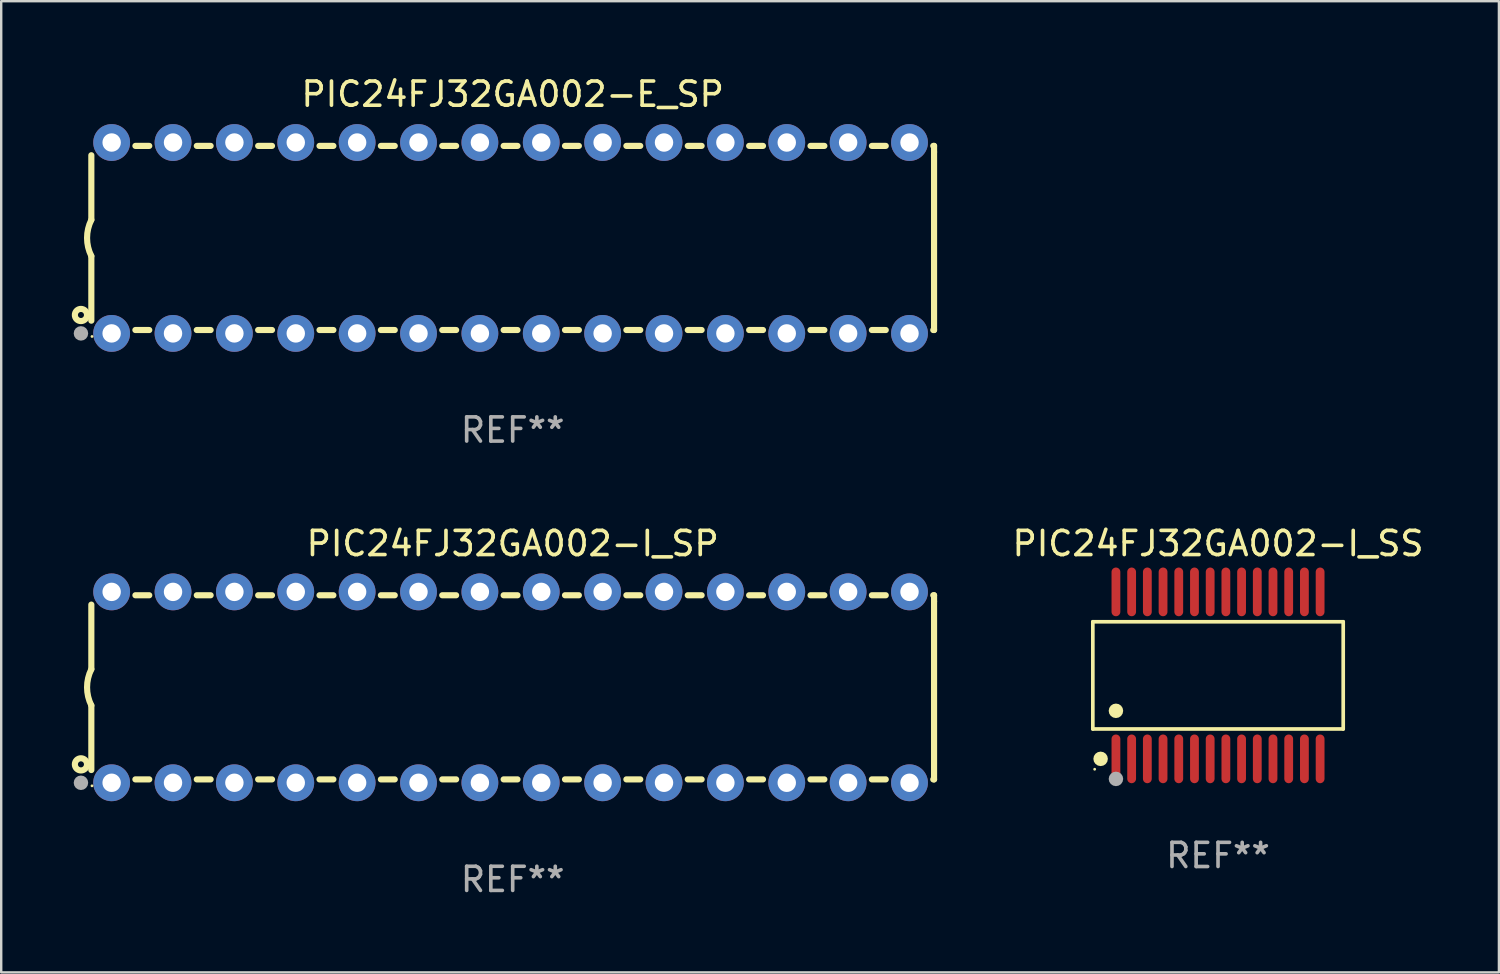
<source format=kicad_pcb>
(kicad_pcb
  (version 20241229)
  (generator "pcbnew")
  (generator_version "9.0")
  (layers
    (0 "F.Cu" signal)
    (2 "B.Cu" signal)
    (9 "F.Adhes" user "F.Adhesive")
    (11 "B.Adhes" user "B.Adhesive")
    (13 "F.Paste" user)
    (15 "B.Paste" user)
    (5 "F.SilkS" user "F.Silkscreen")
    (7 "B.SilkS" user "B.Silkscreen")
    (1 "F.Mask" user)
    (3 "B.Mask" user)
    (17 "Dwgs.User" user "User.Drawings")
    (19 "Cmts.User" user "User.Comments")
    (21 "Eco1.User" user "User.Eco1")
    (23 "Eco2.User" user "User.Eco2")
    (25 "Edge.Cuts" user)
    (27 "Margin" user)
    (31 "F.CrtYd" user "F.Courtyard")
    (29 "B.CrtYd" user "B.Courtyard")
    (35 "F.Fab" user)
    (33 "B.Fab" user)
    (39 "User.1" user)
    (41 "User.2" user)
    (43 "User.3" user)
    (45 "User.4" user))
  (footprint "PIC24FJ32GA002-I_SS"
    (layer "F.Cu")
    (at 47.358 24.9)
    (property "Reference" "PIC24FJ32GA002-I_SS" (at 0 -5.455 0) (layer "F.SilkS") (effects (font (size 1 1) (thickness 0.15))))
    (attr through_hole)
    (fp_line (start -5.181 -2.219) (end 5.181 -2.219) (stroke (width 0.152) (type solid)) (layer "F.SilkS"))
    (fp_line (start -5.181 2.219) (end -5.181 -2.219) (stroke (width 0.152) (type solid)) (layer "F.SilkS"))
    (fp_line (start 5.181 -2.219) (end 5.181 2.219) (stroke (width 0.152) (type solid)) (layer "F.SilkS"))
    (fp_line (start 5.181 2.219) (end -5.181 2.219) (stroke (width 0.152) (type solid)) (layer "F.SilkS"))
    (fp_circle (center -5.105 3.885) (end -5.075 3.885) (stroke (width 0.06) (type solid)) (fill no) (layer "F.SilkS"))
    (fp_circle (center -4.859 3.455) (end -4.709 3.455) (stroke (width 0.3) (type solid)) (fill no) (layer "F.SilkS"))
    (fp_circle (center -4.225 1.467) (end -4.075 1.467) (stroke (width 0.3) (type solid)) (fill no) (layer "F.SilkS"))
    (fp_circle (center -4.225 4.285) (end -4.075 4.285) (stroke (width 0.3) (type solid)) (fill no) (layer "F.Fab"))
    (fp_text user "REF**" (at 0 7.455 0) (layer "F.Fab") (effects (font (size 1 1) (thickness 0.15))))
    (pad "1" smd oval (at -4.225 3.455) (size 0.364 2.015) (layers "F.Cu" "F.Mask" "F.Paste"))
    (pad "2" smd oval (at -3.575 3.455) (size 0.364 2.015) (layers "F.Cu" "F.Mask" "F.Paste"))
    (pad "3" smd oval (at -2.925 3.455) (size 0.364 2.015) (layers "F.Cu" "F.Mask" "F.Paste"))
    (pad "4" smd oval (at -2.275 3.455) (size 0.364 2.015) (layers "F.Cu" "F.Mask" "F.Paste"))
    (pad "5" smd oval (at -1.625 3.455) (size 0.364 2.015) (layers "F.Cu" "F.Mask" "F.Paste"))
    (pad "6" smd oval (at -0.975 3.455) (size 0.364 2.015) (layers "F.Cu" "F.Mask" "F.Paste"))
    (pad "7" smd oval (at -0.325 3.455) (size 0.364 2.015) (layers "F.Cu" "F.Mask" "F.Paste"))
    (pad "8" smd oval (at 0.325 3.455) (size 0.364 2.015) (layers "F.Cu" "F.Mask" "F.Paste"))
    (pad "9" smd oval (at 0.975 3.455) (size 0.364 2.015) (layers "F.Cu" "F.Mask" "F.Paste"))
    (pad "10" smd oval (at 1.625 3.455) (size 0.364 2.015) (layers "F.Cu" "F.Mask" "F.Paste"))
    (pad "11" smd oval (at 2.275 3.455) (size 0.364 2.015) (layers "F.Cu" "F.Mask" "F.Paste"))
    (pad "12" smd oval (at 2.925 3.455) (size 0.364 2.015) (layers "F.Cu" "F.Mask" "F.Paste"))
    (pad "13" smd oval (at 3.575 3.455) (size 0.364 2.015) (layers "F.Cu" "F.Mask" "F.Paste"))
    (pad "14" smd oval (at 4.225 3.455) (size 0.364 2.015) (layers "F.Cu" "F.Mask" "F.Paste"))
    (pad "15" smd oval (at 4.225 -3.455) (size 0.364 2.015) (layers "F.Cu" "F.Mask" "F.Paste"))
    (pad "16" smd oval (at 3.575 -3.455) (size 0.364 2.015) (layers "F.Cu" "F.Mask" "F.Paste"))
    (pad "17" smd oval (at 2.925 -3.455) (size 0.364 2.015) (layers "F.Cu" "F.Mask" "F.Paste"))
    (pad "18" smd oval (at 2.275 -3.455) (size 0.364 2.015) (layers "F.Cu" "F.Mask" "F.Paste"))
    (pad "19" smd oval (at 1.625 -3.455) (size 0.364 2.015) (layers "F.Cu" "F.Mask" "F.Paste"))
    (pad "20" smd oval (at 0.975 -3.455) (size 0.364 2.015) (layers "F.Cu" "F.Mask" "F.Paste"))
    (pad "21" smd oval (at 0.325 -3.455) (size 0.364 2.015) (layers "F.Cu" "F.Mask" "F.Paste"))
    (pad "22" smd oval (at -0.325 -3.455) (size 0.364 2.015) (layers "F.Cu" "F.Mask" "F.Paste"))
    (pad "23" smd oval (at -0.975 -3.455) (size 0.364 2.015) (layers "F.Cu" "F.Mask" "F.Paste"))
    (pad "24" smd oval (at -1.625 -3.455) (size 0.364 2.015) (layers "F.Cu" "F.Mask" "F.Paste"))
    (pad "25" smd oval (at -2.275 -3.455) (size 0.364 2.015) (layers "F.Cu" "F.Mask" "F.Paste"))
    (pad "26" smd oval (at -2.925 -3.455) (size 0.364 2.015) (layers "F.Cu" "F.Mask" "F.Paste"))
    (pad "27" smd oval (at -3.575 -3.455) (size 0.364 2.015) (layers "F.Cu" "F.Mask" "F.Paste"))
    (pad "28" smd oval (at -4.225 -3.455) (size 0.364 2.015) (layers "F.Cu" "F.Mask" "F.Paste")))
  (footprint "PIC24FJ32GA002-E_SP"
    (layer "F.Cu")
    (at 18.168 6.798)
    (property "Reference" "PIC24FJ32GA002-E_SP" (at 0 -5.95 0) (layer "F.SilkS") (effects (font (size 1 1) (thickness 0.15))))
    (attr through_hole)
    (fp_line (start -17.438 0.75) (end -17.438 3.423) (stroke (width 0.254) (type solid)) (layer "F.SilkS"))
    (fp_line (start -17.438 -3.423) (end -17.438 -0.75) (stroke (width 0.254) (type solid)) (layer "F.SilkS"))
    (fp_line (start -15.615 3.81) (end -15.041 3.81) (stroke (width 0.254) (type solid)) (layer "F.SilkS"))
    (fp_line (start -15.041 -3.81) (end -15.614 -3.81) (stroke (width 0.254) (type solid)) (layer "F.SilkS"))
    (fp_line (start -13.075 3.81) (end -12.501 3.81) (stroke (width 0.254) (type solid)) (layer "F.SilkS"))
    (fp_line (start -12.501 -3.81) (end -13.074 -3.81) (stroke (width 0.254) (type solid)) (layer "F.SilkS"))
    (fp_line (start -10.535 3.81) (end -9.961 3.81) (stroke (width 0.254) (type solid)) (layer "F.SilkS"))
    (fp_line (start -9.961 -3.81) (end -10.534 -3.81) (stroke (width 0.254) (type solid)) (layer "F.SilkS"))
    (fp_line (start -7.995 3.81) (end -7.421 3.81) (stroke (width 0.254) (type solid)) (layer "F.SilkS"))
    (fp_line (start -7.421 -3.81) (end -7.995 -3.81) (stroke (width 0.254) (type solid)) (layer "F.SilkS"))
    (fp_line (start -5.455 3.81) (end -4.881 3.81) (stroke (width 0.254) (type solid)) (layer "F.SilkS"))
    (fp_line (start -4.881 -3.81) (end -5.455 -3.81) (stroke (width 0.254) (type solid)) (layer "F.SilkS"))
    (fp_line (start -2.915 3.81) (end -2.341 3.81) (stroke (width 0.254) (type solid)) (layer "F.SilkS"))
    (fp_line (start -2.341 -3.81) (end -2.915 -3.81) (stroke (width 0.254) (type solid)) (layer "F.SilkS"))
    (fp_line (start -0.375 3.81) (end 0.199 3.81) (stroke (width 0.254) (type solid)) (layer "F.SilkS"))
    (fp_line (start 0.199 -3.81) (end -0.375 -3.81) (stroke (width 0.254) (type solid)) (layer "F.SilkS"))
    (fp_line (start 2.165 3.81) (end 2.739 3.81) (stroke (width 0.254) (type solid)) (layer "F.SilkS"))
    (fp_line (start 2.739 -3.81) (end 2.165 -3.81) (stroke (width 0.254) (type solid)) (layer "F.SilkS"))
    (fp_line (start 4.705 3.81) (end 5.279 3.81) (stroke (width 0.254) (type solid)) (layer "F.SilkS"))
    (fp_line (start 5.279 -3.81) (end 4.705 -3.81) (stroke (width 0.254) (type solid)) (layer "F.SilkS"))
    (fp_line (start 7.245 3.81) (end 7.819 3.81) (stroke (width 0.254) (type solid)) (layer "F.SilkS"))
    (fp_line (start 7.819 -3.81) (end 7.245 -3.81) (stroke (width 0.254) (type solid)) (layer "F.SilkS"))
    (fp_line (start 9.785 3.81) (end 10.359 3.81) (stroke (width 0.254) (type solid)) (layer "F.SilkS"))
    (fp_line (start 10.359 -3.81) (end 9.785 -3.81) (stroke (width 0.254) (type solid)) (layer "F.SilkS"))
    (fp_line (start 12.325 3.81) (end 12.899 3.81) (stroke (width 0.254) (type solid)) (layer "F.SilkS"))
    (fp_line (start 12.899 -3.81) (end 12.325 -3.81) (stroke (width 0.254) (type solid)) (layer "F.SilkS"))
    (fp_line (start 14.865 3.81) (end 15.439 3.81) (stroke (width 0.254) (type solid)) (layer "F.SilkS"))
    (fp_line (start 15.439 -3.81) (end 14.865 -3.81) (stroke (width 0.254) (type solid)) (layer "F.SilkS"))
    (fp_line (start 17.405 3.81) (end 17.438 3.81) (stroke (width 0.254) (type solid)) (layer "F.SilkS"))
    (fp_line (start 17.438 -3.81) (end 17.405 -3.81) (stroke (width 0.254) (type solid)) (layer "F.SilkS"))
    (fp_line (start 17.438 -3.556) (end 17.438 -3.81) (stroke (width 0.254) (type solid)) (layer "F.SilkS"))
    (fp_line (start 17.438 3.81) (end 17.438 -3.556) (stroke (width 0.254) (type solid)) (layer "F.SilkS"))
    (fp_arc (start -17.437986 0.749657) (mid -17.614887 -0.000024) (end -17.437783 -0.749657) (stroke (width 0.254001) (type solid)) (layer "F.SilkS"))
    (fp_circle (center -17.868 3.188) (end -17.743 3.188) (stroke (width 0.254) (type solid)) (fill no) (layer "F.SilkS"))
    (fp_circle (center -17.411 4.077) (end -17.381 4.077) (stroke (width 0.06) (type solid)) (fill no) (layer "F.SilkS"))
    (fp_circle (center -17.868 3.95) (end -17.718 3.95) (stroke (width 0.3) (type solid)) (fill no) (layer "F.Fab"))
    (fp_text user "REF**" (at 0 7.95 0) (layer "F.Fab") (effects (font (size 1 1) (thickness 0.15))))
    (pad "1" thru_hole circle (at -16.598 3.95) (size 1.524 1.524) (drill 0.762) (layers "*.Cu" "*.Mask"))
    (pad "2" thru_hole circle (at -14.058 3.95) (size 1.524 1.524) (drill 0.762) (layers "*.Cu" "*.Mask"))
    (pad "3" thru_hole circle (at -11.518 3.95) (size 1.524 1.524) (drill 0.762) (layers "*.Cu" "*.Mask"))
    (pad "4" thru_hole circle (at -8.978 3.95) (size 1.524 1.524) (drill 0.762) (layers "*.Cu" "*.Mask"))
    (pad "5" thru_hole circle (at -6.438 3.95) (size 1.524 1.524) (drill 0.762) (layers "*.Cu" "*.Mask"))
    (pad "6" thru_hole circle (at -3.898 3.95) (size 1.524 1.524) (drill 0.762) (layers "*.Cu" "*.Mask"))
    (pad "7" thru_hole circle (at -1.358 3.95) (size 1.524 1.524) (drill 0.762) (layers "*.Cu" "*.Mask"))
    (pad "8" thru_hole circle (at 1.182 3.95) (size 1.524 1.524) (drill 0.762) (layers "*.Cu" "*.Mask"))
    (pad "9" thru_hole circle (at 3.722 3.95) (size 1.524 1.524) (drill 0.762) (layers "*.Cu" "*.Mask"))
    (pad "10" thru_hole circle (at 6.262 3.95) (size 1.524 1.524) (drill 0.762) (layers "*.Cu" "*.Mask"))
    (pad "11" thru_hole circle (at 8.802 3.95) (size 1.524 1.524) (drill 0.762) (layers "*.Cu" "*.Mask"))
    (pad "12" thru_hole circle (at 11.342 3.95) (size 1.524 1.524) (drill 0.762) (layers "*.Cu" "*.Mask"))
    (pad "13" thru_hole circle (at 13.882 3.95) (size 1.524 1.524) (drill 0.762) (layers "*.Cu" "*.Mask"))
    (pad "14" thru_hole circle (at 16.422 3.95) (size 1.524 1.524) (drill 0.762) (layers "*.Cu" "*.Mask"))
    (pad "15" thru_hole circle (at 16.422 -3.95) (size 1.524 1.524) (drill 0.762) (layers "*.Cu" "*.Mask"))
    (pad "16" thru_hole circle (at 13.882 -3.95) (size 1.524 1.524) (drill 0.762) (layers "*.Cu" "*.Mask"))
    (pad "17" thru_hole circle (at 11.342 -3.95) (size 1.524 1.524) (drill 0.762) (layers "*.Cu" "*.Mask"))
    (pad "18" thru_hole circle (at 8.802 -3.95) (size 1.524 1.524) (drill 0.762) (layers "*.Cu" "*.Mask"))
    (pad "19" thru_hole circle (at 6.262 -3.95) (size 1.524 1.524) (drill 0.762) (layers "*.Cu" "*.Mask"))
    (pad "20" thru_hole circle (at 3.722 -3.95) (size 1.524 1.524) (drill 0.762) (layers "*.Cu" "*.Mask"))
    (pad "21" thru_hole circle (at 1.182 -3.95) (size 1.524 1.524) (drill 0.762) (layers "*.Cu" "*.Mask"))
    (pad "22" thru_hole circle (at -1.358 -3.95) (size 1.524 1.524) (drill 0.762) (layers "*.Cu" "*.Mask"))
    (pad "23" thru_hole circle (at -3.898 -3.95) (size 1.524 1.524) (drill 0.762) (layers "*.Cu" "*.Mask"))
    (pad "24" thru_hole circle (at -6.438 -3.95) (size 1.524 1.524) (drill 0.762) (layers "*.Cu" "*.Mask"))
    (pad "25" thru_hole circle (at -8.978 -3.95) (size 1.524 1.524) (drill 0.762) (layers "*.Cu" "*.Mask"))
    (pad "26" thru_hole circle (at -11.517 -3.95) (size 1.524 1.524) (drill 0.762) (layers "*.Cu" "*.Mask"))
    (pad "27" thru_hole circle (at -14.057 -3.95) (size 1.524 1.524) (drill 0.762) (layers "*.Cu" "*.Mask"))
    (pad "28" thru_hole circle (at -16.597 -3.95) (size 1.524 1.524) (drill 0.762) (layers "*.Cu" "*.Mask")))
  (footprint "PIC24FJ32GA002-I_SP"
    (layer "F.Cu")
    (at 18.168 25.395)
    (property "Reference" "PIC24FJ32GA002-I_SP" (at 0 -5.95 0) (layer "F.SilkS") (effects (font (size 1 1) (thickness 0.15))))
    (attr through_hole)
    (fp_line (start -17.438 0.75) (end -17.438 3.423) (stroke (width 0.254) (type solid)) (layer "F.SilkS"))
    (fp_line (start -17.438 -3.423) (end -17.438 -0.75) (stroke (width 0.254) (type solid)) (layer "F.SilkS"))
    (fp_line (start -15.615 3.81) (end -15.041 3.81) (stroke (width 0.254) (type solid)) (layer "F.SilkS"))
    (fp_line (start -15.041 -3.81) (end -15.614 -3.81) (stroke (width 0.254) (type solid)) (layer "F.SilkS"))
    (fp_line (start -13.075 3.81) (end -12.501 3.81) (stroke (width 0.254) (type solid)) (layer "F.SilkS"))
    (fp_line (start -12.501 -3.81) (end -13.074 -3.81) (stroke (width 0.254) (type solid)) (layer "F.SilkS"))
    (fp_line (start -10.535 3.81) (end -9.961 3.81) (stroke (width 0.254) (type solid)) (layer "F.SilkS"))
    (fp_line (start -9.961 -3.81) (end -10.534 -3.81) (stroke (width 0.254) (type solid)) (layer "F.SilkS"))
    (fp_line (start -7.995 3.81) (end -7.421 3.81) (stroke (width 0.254) (type solid)) (layer "F.SilkS"))
    (fp_line (start -7.421 -3.81) (end -7.995 -3.81) (stroke (width 0.254) (type solid)) (layer "F.SilkS"))
    (fp_line (start -5.455 3.81) (end -4.881 3.81) (stroke (width 0.254) (type solid)) (layer "F.SilkS"))
    (fp_line (start -4.881 -3.81) (end -5.455 -3.81) (stroke (width 0.254) (type solid)) (layer "F.SilkS"))
    (fp_line (start -2.915 3.81) (end -2.341 3.81) (stroke (width 0.254) (type solid)) (layer "F.SilkS"))
    (fp_line (start -2.341 -3.81) (end -2.915 -3.81) (stroke (width 0.254) (type solid)) (layer "F.SilkS"))
    (fp_line (start -0.375 3.81) (end 0.199 3.81) (stroke (width 0.254) (type solid)) (layer "F.SilkS"))
    (fp_line (start 0.199 -3.81) (end -0.375 -3.81) (stroke (width 0.254) (type solid)) (layer "F.SilkS"))
    (fp_line (start 2.165 3.81) (end 2.739 3.81) (stroke (width 0.254) (type solid)) (layer "F.SilkS"))
    (fp_line (start 2.739 -3.81) (end 2.165 -3.81) (stroke (width 0.254) (type solid)) (layer "F.SilkS"))
    (fp_line (start 4.705 3.81) (end 5.279 3.81) (stroke (width 0.254) (type solid)) (layer "F.SilkS"))
    (fp_line (start 5.279 -3.81) (end 4.705 -3.81) (stroke (width 0.254) (type solid)) (layer "F.SilkS"))
    (fp_line (start 7.245 3.81) (end 7.819 3.81) (stroke (width 0.254) (type solid)) (layer "F.SilkS"))
    (fp_line (start 7.819 -3.81) (end 7.245 -3.81) (stroke (width 0.254) (type solid)) (layer "F.SilkS"))
    (fp_line (start 9.785 3.81) (end 10.359 3.81) (stroke (width 0.254) (type solid)) (layer "F.SilkS"))
    (fp_line (start 10.359 -3.81) (end 9.785 -3.81) (stroke (width 0.254) (type solid)) (layer "F.SilkS"))
    (fp_line (start 12.325 3.81) (end 12.899 3.81) (stroke (width 0.254) (type solid)) (layer "F.SilkS"))
    (fp_line (start 12.899 -3.81) (end 12.325 -3.81) (stroke (width 0.254) (type solid)) (layer "F.SilkS"))
    (fp_line (start 14.865 3.81) (end 15.439 3.81) (stroke (width 0.254) (type solid)) (layer "F.SilkS"))
    (fp_line (start 15.439 -3.81) (end 14.865 -3.81) (stroke (width 0.254) (type solid)) (layer "F.SilkS"))
    (fp_line (start 17.405 3.81) (end 17.438 3.81) (stroke (width 0.254) (type solid)) (layer "F.SilkS"))
    (fp_line (start 17.438 -3.81) (end 17.405 -3.81) (stroke (width 0.254) (type solid)) (layer "F.SilkS"))
    (fp_line (start 17.438 -3.556) (end 17.438 -3.81) (stroke (width 0.254) (type solid)) (layer "F.SilkS"))
    (fp_line (start 17.438 3.81) (end 17.438 -3.556) (stroke (width 0.254) (type solid)) (layer "F.SilkS"))
    (fp_arc (start -17.437986 0.749657) (mid -17.614887 -0.000024) (end -17.437783 -0.749657) (stroke (width 0.254001) (type solid)) (layer "F.SilkS"))
    (fp_circle (center -17.868 3.188) (end -17.743 3.188) (stroke (width 0.254) (type solid)) (fill no) (layer "F.SilkS"))
    (fp_circle (center -17.411 4.077) (end -17.381 4.077) (stroke (width 0.06) (type solid)) (fill no) (layer "F.SilkS"))
    (fp_circle (center -17.868 3.95) (end -17.718 3.95) (stroke (width 0.3) (type solid)) (fill no) (layer "F.Fab"))
    (fp_text user "REF**" (at 0 7.95 0) (layer "F.Fab") (effects (font (size 1 1) (thickness 0.15))))
    (pad "1" thru_hole circle (at -16.598 3.95) (size 1.524 1.524) (drill 0.762) (layers "*.Cu" "*.Mask"))
    (pad "2" thru_hole circle (at -14.058 3.95) (size 1.524 1.524) (drill 0.762) (layers "*.Cu" "*.Mask"))
    (pad "3" thru_hole circle (at -11.518 3.95) (size 1.524 1.524) (drill 0.762) (layers "*.Cu" "*.Mask"))
    (pad "4" thru_hole circle (at -8.978 3.95) (size 1.524 1.524) (drill 0.762) (layers "*.Cu" "*.Mask"))
    (pad "5" thru_hole circle (at -6.438 3.95) (size 1.524 1.524) (drill 0.762) (layers "*.Cu" "*.Mask"))
    (pad "6" thru_hole circle (at -3.898 3.95) (size 1.524 1.524) (drill 0.762) (layers "*.Cu" "*.Mask"))
    (pad "7" thru_hole circle (at -1.358 3.95) (size 1.524 1.524) (drill 0.762) (layers "*.Cu" "*.Mask"))
    (pad "8" thru_hole circle (at 1.182 3.95) (size 1.524 1.524) (drill 0.762) (layers "*.Cu" "*.Mask"))
    (pad "9" thru_hole circle (at 3.722 3.95) (size 1.524 1.524) (drill 0.762) (layers "*.Cu" "*.Mask"))
    (pad "10" thru_hole circle (at 6.262 3.95) (size 1.524 1.524) (drill 0.762) (layers "*.Cu" "*.Mask"))
    (pad "11" thru_hole circle (at 8.802 3.95) (size 1.524 1.524) (drill 0.762) (layers "*.Cu" "*.Mask"))
    (pad "12" thru_hole circle (at 11.342 3.95) (size 1.524 1.524) (drill 0.762) (layers "*.Cu" "*.Mask"))
    (pad "13" thru_hole circle (at 13.882 3.95) (size 1.524 1.524) (drill 0.762) (layers "*.Cu" "*.Mask"))
    (pad "14" thru_hole circle (at 16.422 3.95) (size 1.524 1.524) (drill 0.762) (layers "*.Cu" "*.Mask"))
    (pad "15" thru_hole circle (at 16.422 -3.95) (size 1.524 1.524) (drill 0.762) (layers "*.Cu" "*.Mask"))
    (pad "16" thru_hole circle (at 13.882 -3.95) (size 1.524 1.524) (drill 0.762) (layers "*.Cu" "*.Mask"))
    (pad "17" thru_hole circle (at 11.342 -3.95) (size 1.524 1.524) (drill 0.762) (layers "*.Cu" "*.Mask"))
    (pad "18" thru_hole circle (at 8.802 -3.95) (size 1.524 1.524) (drill 0.762) (layers "*.Cu" "*.Mask"))
    (pad "19" thru_hole circle (at 6.262 -3.95) (size 1.524 1.524) (drill 0.762) (layers "*.Cu" "*.Mask"))
    (pad "20" thru_hole circle (at 3.722 -3.95) (size 1.524 1.524) (drill 0.762) (layers "*.Cu" "*.Mask"))
    (pad "21" thru_hole circle (at 1.182 -3.95) (size 1.524 1.524) (drill 0.762) (layers "*.Cu" "*.Mask"))
    (pad "22" thru_hole circle (at -1.358 -3.95) (size 1.524 1.524) (drill 0.762) (layers "*.Cu" "*.Mask"))
    (pad "23" thru_hole circle (at -3.898 -3.95) (size 1.524 1.524) (drill 0.762) (layers "*.Cu" "*.Mask"))
    (pad "24" thru_hole circle (at -6.438 -3.95) (size 1.524 1.524) (drill 0.762) (layers "*.Cu" "*.Mask"))
    (pad "25" thru_hole circle (at -8.978 -3.95) (size 1.524 1.524) (drill 0.762) (layers "*.Cu" "*.Mask"))
    (pad "26" thru_hole circle (at -11.517 -3.95) (size 1.524 1.524) (drill 0.762) (layers "*.Cu" "*.Mask"))
    (pad "27" thru_hole circle (at -14.057 -3.95) (size 1.524 1.524) (drill 0.762) (layers "*.Cu" "*.Mask"))
    (pad "28" thru_hole circle (at -16.597 -3.95) (size 1.524 1.524) (drill 0.762) (layers "*.Cu" "*.Mask")))
  (gr_rect
    (start -3 -3)
    (end 58.983 37.193)
    (stroke (width 0.1) (type default))
    (fill no)
    (layer "Edge.Cuts")))
</source>
